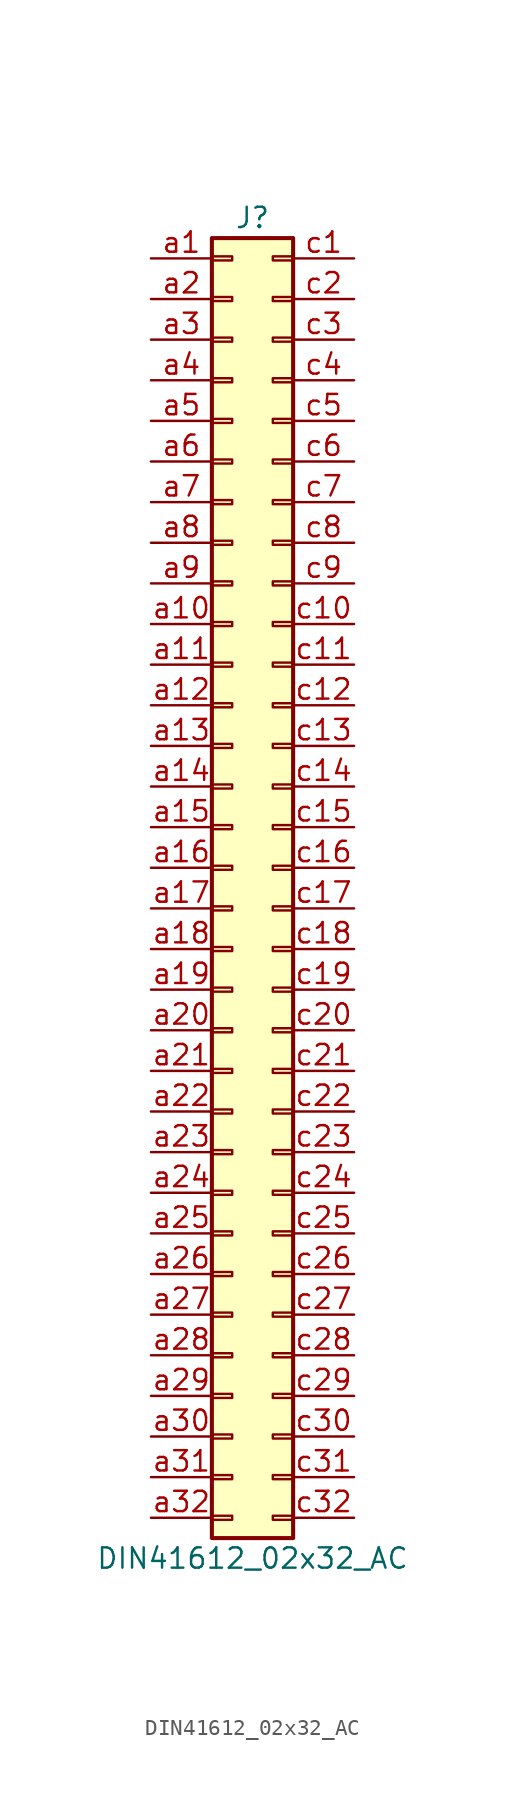
<source format=kicad_sym>
(kicad_symbol_lib
  (version 20201005)
  (generator kicad_symbol_editor)
  (symbol "Connector:DIN41612_02x32_AC"
    (pin_names
      (offset 1.016) hide)
    (property "Reference" "J"
      (at 1.27 40.64 0)
      (effects (font (size 1.27 1.27))))
    (property "Value" "DIN41612_02x32_AC"
      (at 1.27 -43.18 0)
      (effects (font (size 1.27 1.27))))
    (symbol "DIN41612_02x32_AC_1_1"
      (rectangle (start -1.27 -40.513) (end 0 -40.767) (stroke (width 0.152)) (fill (type none)))
      (rectangle (start -1.27 -37.973) (end 0 -38.227) (stroke (width 0.152)) (fill (type none)))
      (rectangle (start -1.27 -35.433) (end 0 -35.687) (stroke (width 0.152)) (fill (type none)))
      (rectangle (start -1.27 -32.893) (end 0 -33.147) (stroke (width 0.152)) (fill (type none)))
      (rectangle (start -1.27 -30.353) (end 0 -30.607) (stroke (width 0.152)) (fill (type none)))
      (rectangle (start -1.27 -27.813) (end 0 -28.067) (stroke (width 0.152)) (fill (type none)))
      (rectangle (start -1.27 -25.273) (end 0 -25.527) (stroke (width 0.152)) (fill (type none)))
      (rectangle (start -1.27 -22.733) (end 0 -22.987) (stroke (width 0.152)) (fill (type none)))
      (rectangle (start -1.27 -20.193) (end 0 -20.447) (stroke (width 0.152)) (fill (type none)))
      (rectangle (start -1.27 -17.653) (end 0 -17.907) (stroke (width 0.152)) (fill (type none)))
      (rectangle (start -1.27 -15.113) (end 0 -15.367) (stroke (width 0.152)) (fill (type none)))
      (rectangle (start -1.27 -12.573) (end 0 -12.827) (stroke (width 0.152)) (fill (type none)))
      (rectangle (start -1.27 -10.033) (end 0 -10.287) (stroke (width 0.152)) (fill (type none)))
      (rectangle (start -1.27 -7.493) (end 0 -7.747) (stroke (width 0.152)) (fill (type none)))
      (rectangle (start -1.27 -4.953) (end 0 -5.207) (stroke (width 0.152)) (fill (type none)))
      (rectangle (start -1.27 -2.413) (end 0 -2.667) (stroke (width 0.152)) (fill (type none)))
      (rectangle (start -1.27 0.127) (end 0 -0.127) (stroke (width 0.152)) (fill (type none)))
      (rectangle (start -1.27 2.667) (end 0 2.413) (stroke (width 0.152)) (fill (type none)))
      (rectangle (start -1.27 5.207) (end 0 4.953) (stroke (width 0.152)) (fill (type none)))
      (rectangle (start -1.27 7.747) (end 0 7.493) (stroke (width 0.152)) (fill (type none)))
      (rectangle (start -1.27 10.287) (end 0 10.033) (stroke (width 0.152)) (fill (type none)))
      (rectangle (start -1.27 12.827) (end 0 12.573) (stroke (width 0.152)) (fill (type none)))
      (rectangle (start -1.27 15.367) (end 0 15.113) (stroke (width 0.152)) (fill (type none)))
      (rectangle (start -1.27 17.907) (end 0 17.653) (stroke (width 0.152)) (fill (type none)))
      (rectangle (start -1.27 20.447) (end 0 20.193) (stroke (width 0.152)) (fill (type none)))
      (rectangle (start -1.27 22.987) (end 0 22.733) (stroke (width 0.152)) (fill (type none)))
      (rectangle (start -1.27 25.527) (end 0 25.273) (stroke (width 0.152)) (fill (type none)))
      (rectangle (start -1.27 28.067) (end 0 27.813) (stroke (width 0.152)) (fill (type none)))
      (rectangle (start -1.27 30.607) (end 0 30.353) (stroke (width 0.152)) (fill (type none)))
      (rectangle (start -1.27 33.147) (end 0 32.893) (stroke (width 0.152)) (fill (type none)))
      (rectangle (start -1.27 35.687) (end 0 35.433) (stroke (width 0.152)) (fill (type none)))
      (rectangle (start -1.27 38.227) (end 0 37.973) (stroke (width 0.152)) (fill (type none)))
      (rectangle (start 3.81 -40.513) (end 2.54 -40.767) (stroke (width 0.152)) (fill (type none)))
      (rectangle (start 3.81 -37.973) (end 2.54 -38.227) (stroke (width 0.152)) (fill (type none)))
      (rectangle (start 3.81 -35.433) (end 2.54 -35.687) (stroke (width 0.152)) (fill (type none)))
      (rectangle (start 3.81 -32.893) (end 2.54 -33.147) (stroke (width 0.152)) (fill (type none)))
      (rectangle (start 3.81 -30.353) (end 2.54 -30.607) (stroke (width 0.152)) (fill (type none)))
      (rectangle (start 3.81 -27.813) (end 2.54 -28.067) (stroke (width 0.152)) (fill (type none)))
      (rectangle (start 3.81 -25.273) (end 2.54 -25.527) (stroke (width 0.152)) (fill (type none)))
      (rectangle (start 3.81 -22.733) (end 2.54 -22.987) (stroke (width 0.152)) (fill (type none)))
      (rectangle (start 3.81 -20.193) (end 2.54 -20.447) (stroke (width 0.152)) (fill (type none)))
      (rectangle (start 3.81 -17.653) (end 2.54 -17.907) (stroke (width 0.152)) (fill (type none)))
      (rectangle (start 3.81 -15.113) (end 2.54 -15.367) (stroke (width 0.152)) (fill (type none)))
      (rectangle (start 3.81 -12.573) (end 2.54 -12.827) (stroke (width 0.152)) (fill (type none)))
      (rectangle (start 3.81 -10.033) (end 2.54 -10.287) (stroke (width 0.152)) (fill (type none)))
      (rectangle (start 3.81 -7.493) (end 2.54 -7.747) (stroke (width 0.152)) (fill (type none)))
      (rectangle (start 3.81 -4.953) (end 2.54 -5.207) (stroke (width 0.152)) (fill (type none)))
      (rectangle (start 3.81 -2.413) (end 2.54 -2.667) (stroke (width 0.152)) (fill (type none)))
      (rectangle (start 3.81 0.127) (end 2.54 -0.127) (stroke (width 0.152)) (fill (type none)))
      (rectangle (start 3.81 2.667) (end 2.54 2.413) (stroke (width 0.152)) (fill (type none)))
      (rectangle (start 3.81 5.207) (end 2.54 4.953) (stroke (width 0.152)) (fill (type none)))
      (rectangle (start 3.81 7.747) (end 2.54 7.493) (stroke (width 0.152)) (fill (type none)))
      (rectangle (start 3.81 10.287) (end 2.54 10.033) (stroke (width 0.152)) (fill (type none)))
      (rectangle (start 3.81 12.827) (end 2.54 12.573) (stroke (width 0.152)) (fill (type none)))
      (rectangle (start 3.81 15.367) (end 2.54 15.113) (stroke (width 0.152)) (fill (type none)))
      (rectangle (start 3.81 17.907) (end 2.54 17.653) (stroke (width 0.152)) (fill (type none)))
      (rectangle (start 3.81 20.447) (end 2.54 20.193) (stroke (width 0.152)) (fill (type none)))
      (rectangle (start 3.81 22.987) (end 2.54 22.733) (stroke (width 0.152)) (fill (type none)))
      (rectangle (start 3.81 25.527) (end 2.54 25.273) (stroke (width 0.152)) (fill (type none)))
      (rectangle (start 3.81 28.067) (end 2.54 27.813) (stroke (width 0.152)) (fill (type none)))
      (rectangle (start 3.81 30.607) (end 2.54 30.353) (stroke (width 0.152)) (fill (type none)))
      (rectangle (start 3.81 33.147) (end 2.54 32.893) (stroke (width 0.152)) (fill (type none)))
      (rectangle (start 3.81 35.687) (end 2.54 35.433) (stroke (width 0.152)) (fill (type none)))
      (rectangle (start 3.81 38.227) (end 2.54 37.973) (stroke (width 0.152)) (fill (type none)))
      (rectangle (start -1.27 39.37) (end 3.81 -41.91) (stroke (width 0.254)) (fill (type background)))
      (pin passive line (at -5.08 38.1 0) (length 3.81) (name "Pin_a1" (effects (font (size 1.27 1.27)))) (number "a1" (effects (font (size 1.27 1.27)))))
      (pin passive line (at -5.08 15.24 0) (length 3.81) (name "Pin_a10" (effects (font (size 1.27 1.27)))) (number "a10" (effects (font (size 1.27 1.27)))))
      (pin passive line (at -5.08 12.7 0) (length 3.81) (name "Pin_a11" (effects (font (size 1.27 1.27)))) (number "a11" (effects (font (size 1.27 1.27)))))
      (pin passive line (at -5.08 10.16 0) (length 3.81) (name "Pin_a12" (effects (font (size 1.27 1.27)))) (number "a12" (effects (font (size 1.27 1.27)))))
      (pin passive line (at -5.08 7.62 0) (length 3.81) (name "Pin_a13" (effects (font (size 1.27 1.27)))) (number "a13" (effects (font (size 1.27 1.27)))))
      (pin passive line (at -5.08 5.08 0) (length 3.81) (name "Pin_a14" (effects (font (size 1.27 1.27)))) (number "a14" (effects (font (size 1.27 1.27)))))
      (pin passive line (at -5.08 2.54 0) (length 3.81) (name "Pin_a15" (effects (font (size 1.27 1.27)))) (number "a15" (effects (font (size 1.27 1.27)))))
      (pin passive line (at -5.08 0 0) (length 3.81) (name "Pin_a16" (effects (font (size 1.27 1.27)))) (number "a16" (effects (font (size 1.27 1.27)))))
      (pin passive line (at -5.08 -2.54 0) (length 3.81) (name "Pin_a17" (effects (font (size 1.27 1.27)))) (number "a17" (effects (font (size 1.27 1.27)))))
      (pin passive line (at -5.08 -5.08 0) (length 3.81) (name "Pin_a18" (effects (font (size 1.27 1.27)))) (number "a18" (effects (font (size 1.27 1.27)))))
      (pin passive line (at -5.08 -7.62 0) (length 3.81) (name "Pin_a19" (effects (font (size 1.27 1.27)))) (number "a19" (effects (font (size 1.27 1.27)))))
      (pin passive line (at -5.08 35.56 0) (length 3.81) (name "Pin_a2" (effects (font (size 1.27 1.27)))) (number "a2" (effects (font (size 1.27 1.27)))))
      (pin passive line (at -5.08 -10.16 0) (length 3.81) (name "Pin_a20" (effects (font (size 1.27 1.27)))) (number "a20" (effects (font (size 1.27 1.27)))))
      (pin passive line (at -5.08 -12.7 0) (length 3.81) (name "Pin_a21" (effects (font (size 1.27 1.27)))) (number "a21" (effects (font (size 1.27 1.27)))))
      (pin passive line (at -5.08 -15.24 0) (length 3.81) (name "Pin_a22" (effects (font (size 1.27 1.27)))) (number "a22" (effects (font (size 1.27 1.27)))))
      (pin passive line (at -5.08 -17.78 0) (length 3.81) (name "Pin_a23" (effects (font (size 1.27 1.27)))) (number "a23" (effects (font (size 1.27 1.27)))))
      (pin passive line (at -5.08 -20.32 0) (length 3.81) (name "Pin_a24" (effects (font (size 1.27 1.27)))) (number "a24" (effects (font (size 1.27 1.27)))))
      (pin passive line (at -5.08 -22.86 0) (length 3.81) (name "Pin_a25" (effects (font (size 1.27 1.27)))) (number "a25" (effects (font (size 1.27 1.27)))))
      (pin passive line (at -5.08 -25.4 0) (length 3.81) (name "Pin_a26" (effects (font (size 1.27 1.27)))) (number "a26" (effects (font (size 1.27 1.27)))))
      (pin passive line (at -5.08 -27.94 0) (length 3.81) (name "Pin_a27" (effects (font (size 1.27 1.27)))) (number "a27" (effects (font (size 1.27 1.27)))))
      (pin passive line (at -5.08 -30.48 0) (length 3.81) (name "Pin_a28" (effects (font (size 1.27 1.27)))) (number "a28" (effects (font (size 1.27 1.27)))))
      (pin passive line (at -5.08 -33.02 0) (length 3.81) (name "Pin_a29" (effects (font (size 1.27 1.27)))) (number "a29" (effects (font (size 1.27 1.27)))))
      (pin passive line (at -5.08 33.02 0) (length 3.81) (name "Pin_a3" (effects (font (size 1.27 1.27)))) (number "a3" (effects (font (size 1.27 1.27)))))
      (pin passive line (at -5.08 -35.56 0) (length 3.81) (name "Pin_a30" (effects (font (size 1.27 1.27)))) (number "a30" (effects (font (size 1.27 1.27)))))
      (pin passive line (at -5.08 -38.1 0) (length 3.81) (name "Pin_a31" (effects (font (size 1.27 1.27)))) (number "a31" (effects (font (size 1.27 1.27)))))
      (pin passive line (at -5.08 -40.64 0) (length 3.81) (name "Pin_a32" (effects (font (size 1.27 1.27)))) (number "a32" (effects (font (size 1.27 1.27)))))
      (pin passive line (at -5.08 30.48 0) (length 3.81) (name "Pin_a4" (effects (font (size 1.27 1.27)))) (number "a4" (effects (font (size 1.27 1.27)))))
      (pin passive line (at -5.08 27.94 0) (length 3.81) (name "Pin_a5" (effects (font (size 1.27 1.27)))) (number "a5" (effects (font (size 1.27 1.27)))))
      (pin passive line (at -5.08 25.4 0) (length 3.81) (name "Pin_a6" (effects (font (size 1.27 1.27)))) (number "a6" (effects (font (size 1.27 1.27)))))
      (pin passive line (at -5.08 22.86 0) (length 3.81) (name "Pin_a7" (effects (font (size 1.27 1.27)))) (number "a7" (effects (font (size 1.27 1.27)))))
      (pin passive line (at -5.08 20.32 0) (length 3.81) (name "Pin_a8" (effects (font (size 1.27 1.27)))) (number "a8" (effects (font (size 1.27 1.27)))))
      (pin passive line (at -5.08 17.78 0) (length 3.81) (name "Pin_a9" (effects (font (size 1.27 1.27)))) (number "a9" (effects (font (size 1.27 1.27)))))
      (pin passive line (at 7.62 38.1 180) (length 3.81) (name "Pin_c1" (effects (font (size 1.27 1.27)))) (number "c1" (effects (font (size 1.27 1.27)))))
      (pin passive line (at 7.62 15.24 180) (length 3.81) (name "Pin_c10" (effects (font (size 1.27 1.27)))) (number "c10" (effects (font (size 1.27 1.27)))))
      (pin passive line (at 7.62 12.7 180) (length 3.81) (name "Pin_c11" (effects (font (size 1.27 1.27)))) (number "c11" (effects (font (size 1.27 1.27)))))
      (pin passive line (at 7.62 10.16 180) (length 3.81) (name "Pin_c12" (effects (font (size 1.27 1.27)))) (number "c12" (effects (font (size 1.27 1.27)))))
      (pin passive line (at 7.62 7.62 180) (length 3.81) (name "Pin_c13" (effects (font (size 1.27 1.27)))) (number "c13" (effects (font (size 1.27 1.27)))))
      (pin passive line (at 7.62 5.08 180) (length 3.81) (name "Pin_c14" (effects (font (size 1.27 1.27)))) (number "c14" (effects (font (size 1.27 1.27)))))
      (pin passive line (at 7.62 2.54 180) (length 3.81) (name "Pin_c15" (effects (font (size 1.27 1.27)))) (number "c15" (effects (font (size 1.27 1.27)))))
      (pin passive line (at 7.62 0 180) (length 3.81) (name "Pin_c16" (effects (font (size 1.27 1.27)))) (number "c16" (effects (font (size 1.27 1.27)))))
      (pin passive line (at 7.62 -2.54 180) (length 3.81) (name "Pin_c17" (effects (font (size 1.27 1.27)))) (number "c17" (effects (font (size 1.27 1.27)))))
      (pin passive line (at 7.62 -5.08 180) (length 3.81) (name "Pin_c18" (effects (font (size 1.27 1.27)))) (number "c18" (effects (font (size 1.27 1.27)))))
      (pin passive line (at 7.62 -7.62 180) (length 3.81) (name "Pin_c19" (effects (font (size 1.27 1.27)))) (number "c19" (effects (font (size 1.27 1.27)))))
      (pin passive line (at 7.62 35.56 180) (length 3.81) (name "Pin_c2" (effects (font (size 1.27 1.27)))) (number "c2" (effects (font (size 1.27 1.27)))))
      (pin passive line (at 7.62 -10.16 180) (length 3.81) (name "Pin_c20" (effects (font (size 1.27 1.27)))) (number "c20" (effects (font (size 1.27 1.27)))))
      (pin passive line (at 7.62 -12.7 180) (length 3.81) (name "Pin_c21" (effects (font (size 1.27 1.27)))) (number "c21" (effects (font (size 1.27 1.27)))))
      (pin passive line (at 7.62 -15.24 180) (length 3.81) (name "Pin_c22" (effects (font (size 1.27 1.27)))) (number "c22" (effects (font (size 1.27 1.27)))))
      (pin passive line (at 7.62 -17.78 180) (length 3.81) (name "Pin_c23" (effects (font (size 1.27 1.27)))) (number "c23" (effects (font (size 1.27 1.27)))))
      (pin passive line (at 7.62 -20.32 180) (length 3.81) (name "Pin_c24" (effects (font (size 1.27 1.27)))) (number "c24" (effects (font (size 1.27 1.27)))))
      (pin passive line (at 7.62 -22.86 180) (length 3.81) (name "Pin_c25" (effects (font (size 1.27 1.27)))) (number "c25" (effects (font (size 1.27 1.27)))))
      (pin passive line (at 7.62 -25.4 180) (length 3.81) (name "Pin_c26" (effects (font (size 1.27 1.27)))) (number "c26" (effects (font (size 1.27 1.27)))))
      (pin passive line (at 7.62 -27.94 180) (length 3.81) (name "Pin_c27" (effects (font (size 1.27 1.27)))) (number "c27" (effects (font (size 1.27 1.27)))))
      (pin passive line (at 7.62 -30.48 180) (length 3.81) (name "Pin_c28" (effects (font (size 1.27 1.27)))) (number "c28" (effects (font (size 1.27 1.27)))))
      (pin passive line (at 7.62 -33.02 180) (length 3.81) (name "Pin_c29" (effects (font (size 1.27 1.27)))) (number "c29" (effects (font (size 1.27 1.27)))))
      (pin passive line (at 7.62 33.02 180) (length 3.81) (name "Pin_c3" (effects (font (size 1.27 1.27)))) (number "c3" (effects (font (size 1.27 1.27)))))
      (pin passive line (at 7.62 -35.56 180) (length 3.81) (name "Pin_c30" (effects (font (size 1.27 1.27)))) (number "c30" (effects (font (size 1.27 1.27)))))
      (pin passive line (at 7.62 -38.1 180) (length 3.81) (name "Pin_c31" (effects (font (size 1.27 1.27)))) (number "c31" (effects (font (size 1.27 1.27)))))
      (pin passive line (at 7.62 -40.64 180) (length 3.81) (name "Pin_c32" (effects (font (size 1.27 1.27)))) (number "c32" (effects (font (size 1.27 1.27)))))
      (pin passive line (at 7.62 30.48 180) (length 3.81) (name "Pin_c4" (effects (font (size 1.27 1.27)))) (number "c4" (effects (font (size 1.27 1.27)))))
      (pin passive line (at 7.62 27.94 180) (length 3.81) (name "Pin_c5" (effects (font (size 1.27 1.27)))) (number "c5" (effects (font (size 1.27 1.27)))))
      (pin passive line (at 7.62 25.4 180) (length 3.81) (name "Pin_c6" (effects (font (size 1.27 1.27)))) (number "c6" (effects (font (size 1.27 1.27)))))
      (pin passive line (at 7.62 22.86 180) (length 3.81) (name "Pin_c7" (effects (font (size 1.27 1.27)))) (number "c7" (effects (font (size 1.27 1.27)))))
      (pin passive line (at 7.62 20.32 180) (length 3.81) (name "Pin_c8" (effects (font (size 1.27 1.27)))) (number "c8" (effects (font (size 1.27 1.27)))))
      (pin passive line (at 7.62 17.78 180) (length 3.81) (name "Pin_c9" (effects (font (size 1.27 1.27)))) (number "c9" (effects (font (size 1.27 1.27))))))))
</source>
